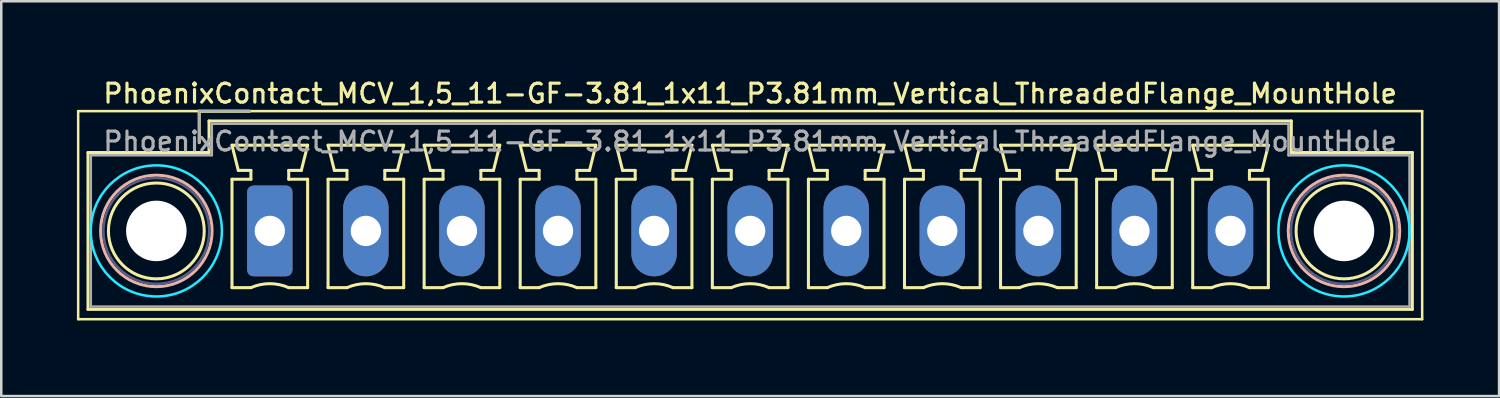
<source format=kicad_pcb>
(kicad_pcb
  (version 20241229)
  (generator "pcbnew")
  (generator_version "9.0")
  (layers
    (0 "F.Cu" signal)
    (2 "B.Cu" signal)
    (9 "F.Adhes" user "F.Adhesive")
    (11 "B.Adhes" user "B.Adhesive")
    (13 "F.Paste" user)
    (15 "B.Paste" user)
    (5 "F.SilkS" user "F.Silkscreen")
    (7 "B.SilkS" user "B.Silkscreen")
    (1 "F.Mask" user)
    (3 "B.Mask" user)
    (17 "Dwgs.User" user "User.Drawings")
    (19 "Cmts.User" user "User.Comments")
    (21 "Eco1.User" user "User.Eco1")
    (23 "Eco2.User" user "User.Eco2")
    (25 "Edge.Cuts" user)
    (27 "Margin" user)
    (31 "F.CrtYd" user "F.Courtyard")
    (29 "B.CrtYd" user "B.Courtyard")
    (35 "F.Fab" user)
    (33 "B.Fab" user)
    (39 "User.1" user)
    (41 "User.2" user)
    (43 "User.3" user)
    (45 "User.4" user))
  (footprint "PhoenixContact_MCV_1,5_11-GF-3.81_1x11_P3.81mm_Vertical_ThreadedFlange_MountHole"
    (layer "F.Cu")
    (at 7.65 6.108)
    (property "Reference" "PhoenixContact_MCV_1,5_11-GF-3.81_1x11_P3.81mm_Vertical_ThreadedFlange_MountHole" (at 19.05 -5.45 0) (layer "F.SilkS") (effects (font (size 0.75 0.75) (thickness 0.125))))
    (attr through_hole)
    (fp_line (start -7.6 -4.75) (end -7.6 3.5) (stroke (width 0.1) (type solid)) (layer "F.SilkS"))
    (fp_line (start -7.6 3.5) (end 45.7 3.5) (stroke (width 0.1) (type solid)) (layer "F.SilkS"))
    (fp_line (start -7.21 -3.11) (end -7.21 3.11) (stroke (width 0.12) (type solid)) (layer "F.SilkS"))
    (fp_line (start -7.21 3.11) (end 45.31 3.11) (stroke (width 0.12) (type solid)) (layer "F.SilkS"))
    (fp_line (start -2.8 -4.75) (end -0.8 -4.75) (stroke (width 0.12) (type solid)) (layer "F.SilkS"))
    (fp_line (start -2.8 -3.5) (end -2.8 -4.75) (stroke (width 0.12) (type solid)) (layer "F.SilkS"))
    (fp_line (start -2.41 -4.36) (end -2.41 -3.11) (stroke (width 0.12) (type solid)) (layer "F.SilkS"))
    (fp_line (start -2.41 -3.11) (end -7.21 -3.11) (stroke (width 0.12) (type solid)) (layer "F.SilkS"))
    (fp_line (start -1.5 -3.4) (end 1.5 -3.4) (stroke (width 0.12) (type solid)) (layer "F.SilkS"))
    (fp_line (start -1.5 -2.05) (end -0.75 -2.05) (stroke (width 0.12) (type solid)) (layer "F.SilkS"))
    (fp_line (start -1.5 2.25) (end -1.5 -2.05) (stroke (width 0.12) (type solid)) (layer "F.SilkS"))
    (fp_line (start -1.25 -2.4) (end -1.5 -3.4) (stroke (width 0.12) (type solid)) (layer "F.SilkS"))
    (fp_line (start -0.75 -2.4) (end -1.25 -2.4) (stroke (width 0.12) (type solid)) (layer "F.SilkS"))
    (fp_line (start -0.75 -2.05) (end -0.75 -2.4) (stroke (width 0.12) (type solid)) (layer "F.SilkS"))
    (fp_line (start -0.75 2.25) (end -1.5 2.25) (stroke (width 0.12) (type solid)) (layer "F.SilkS"))
    (fp_line (start 0.75 -2.4) (end 0.75 -2.05) (stroke (width 0.12) (type solid)) (layer "F.SilkS"))
    (fp_line (start 0.75 -2.05) (end 1.5 -2.05) (stroke (width 0.12) (type solid)) (layer "F.SilkS"))
    (fp_line (start 1.25 -2.4) (end 0.75 -2.4) (stroke (width 0.12) (type solid)) (layer "F.SilkS"))
    (fp_line (start 1.5 -3.4) (end 1.25 -2.4) (stroke (width 0.12) (type solid)) (layer "F.SilkS"))
    (fp_line (start 1.5 -2.05) (end 1.5 2.25) (stroke (width 0.12) (type solid)) (layer "F.SilkS"))
    (fp_line (start 1.5 2.25) (end 0.75 2.25) (stroke (width 0.12) (type solid)) (layer "F.SilkS"))
    (fp_line (start 2.31 -3.4) (end 5.31 -3.4) (stroke (width 0.12) (type solid)) (layer "F.SilkS"))
    (fp_line (start 2.31 -2.05) (end 3.06 -2.05) (stroke (width 0.12) (type solid)) (layer "F.SilkS"))
    (fp_line (start 2.31 2.25) (end 2.31 -2.05) (stroke (width 0.12) (type solid)) (layer "F.SilkS"))
    (fp_line (start 2.56 -2.4) (end 2.31 -3.4) (stroke (width 0.12) (type solid)) (layer "F.SilkS"))
    (fp_line (start 3.06 -2.4) (end 2.56 -2.4) (stroke (width 0.12) (type solid)) (layer "F.SilkS"))
    (fp_line (start 3.06 -2.05) (end 3.06 -2.4) (stroke (width 0.12) (type solid)) (layer "F.SilkS"))
    (fp_line (start 3.06 2.25) (end 2.31 2.25) (stroke (width 0.12) (type solid)) (layer "F.SilkS"))
    (fp_line (start 4.56 -2.4) (end 4.56 -2.05) (stroke (width 0.12) (type solid)) (layer "F.SilkS"))
    (fp_line (start 4.56 -2.05) (end 5.31 -2.05) (stroke (width 0.12) (type solid)) (layer "F.SilkS"))
    (fp_line (start 5.06 -2.4) (end 4.56 -2.4) (stroke (width 0.12) (type solid)) (layer "F.SilkS"))
    (fp_line (start 5.31 -3.4) (end 5.06 -2.4) (stroke (width 0.12) (type solid)) (layer "F.SilkS"))
    (fp_line (start 5.31 -2.05) (end 5.31 2.25) (stroke (width 0.12) (type solid)) (layer "F.SilkS"))
    (fp_line (start 5.31 2.25) (end 4.56 2.25) (stroke (width 0.12) (type solid)) (layer "F.SilkS"))
    (fp_line (start 6.12 -3.4) (end 9.12 -3.4) (stroke (width 0.12) (type solid)) (layer "F.SilkS"))
    (fp_line (start 6.12 -2.05) (end 6.87 -2.05) (stroke (width 0.12) (type solid)) (layer "F.SilkS"))
    (fp_line (start 6.12 2.25) (end 6.12 -2.05) (stroke (width 0.12) (type solid)) (layer "F.SilkS"))
    (fp_line (start 6.37 -2.4) (end 6.12 -3.4) (stroke (width 0.12) (type solid)) (layer "F.SilkS"))
    (fp_line (start 6.87 -2.4) (end 6.37 -2.4) (stroke (width 0.12) (type solid)) (layer "F.SilkS"))
    (fp_line (start 6.87 -2.05) (end 6.87 -2.4) (stroke (width 0.12) (type solid)) (layer "F.SilkS"))
    (fp_line (start 6.87 2.25) (end 6.12 2.25) (stroke (width 0.12) (type solid)) (layer "F.SilkS"))
    (fp_line (start 8.37 -2.4) (end 8.37 -2.05) (stroke (width 0.12) (type solid)) (layer "F.SilkS"))
    (fp_line (start 8.37 -2.05) (end 9.12 -2.05) (stroke (width 0.12) (type solid)) (layer "F.SilkS"))
    (fp_line (start 8.87 -2.4) (end 8.37 -2.4) (stroke (width 0.12) (type solid)) (layer "F.SilkS"))
    (fp_line (start 9.12 -3.4) (end 8.87 -2.4) (stroke (width 0.12) (type solid)) (layer "F.SilkS"))
    (fp_line (start 9.12 -2.05) (end 9.12 2.25) (stroke (width 0.12) (type solid)) (layer "F.SilkS"))
    (fp_line (start 9.12 2.25) (end 8.37 2.25) (stroke (width 0.12) (type solid)) (layer "F.SilkS"))
    (fp_line (start 9.93 -3.4) (end 12.93 -3.4) (stroke (width 0.12) (type solid)) (layer "F.SilkS"))
    (fp_line (start 9.93 -2.05) (end 10.68 -2.05) (stroke (width 0.12) (type solid)) (layer "F.SilkS"))
    (fp_line (start 9.93 2.25) (end 9.93 -2.05) (stroke (width 0.12) (type solid)) (layer "F.SilkS"))
    (fp_line (start 10.18 -2.4) (end 9.93 -3.4) (stroke (width 0.12) (type solid)) (layer "F.SilkS"))
    (fp_line (start 10.68 -2.4) (end 10.18 -2.4) (stroke (width 0.12) (type solid)) (layer "F.SilkS"))
    (fp_line (start 10.68 -2.05) (end 10.68 -2.4) (stroke (width 0.12) (type solid)) (layer "F.SilkS"))
    (fp_line (start 10.68 2.25) (end 9.93 2.25) (stroke (width 0.12) (type solid)) (layer "F.SilkS"))
    (fp_line (start 12.18 -2.4) (end 12.18 -2.05) (stroke (width 0.12) (type solid)) (layer "F.SilkS"))
    (fp_line (start 12.18 -2.05) (end 12.93 -2.05) (stroke (width 0.12) (type solid)) (layer "F.SilkS"))
    (fp_line (start 12.68 -2.4) (end 12.18 -2.4) (stroke (width 0.12) (type solid)) (layer "F.SilkS"))
    (fp_line (start 12.93 -3.4) (end 12.68 -2.4) (stroke (width 0.12) (type solid)) (layer "F.SilkS"))
    (fp_line (start 12.93 -2.05) (end 12.93 2.25) (stroke (width 0.12) (type solid)) (layer "F.SilkS"))
    (fp_line (start 12.93 2.25) (end 12.18 2.25) (stroke (width 0.12) (type solid)) (layer "F.SilkS"))
    (fp_line (start 13.74 -3.4) (end 16.74 -3.4) (stroke (width 0.12) (type solid)) (layer "F.SilkS"))
    (fp_line (start 13.74 -2.05) (end 14.49 -2.05) (stroke (width 0.12) (type solid)) (layer "F.SilkS"))
    (fp_line (start 13.74 2.25) (end 13.74 -2.05) (stroke (width 0.12) (type solid)) (layer "F.SilkS"))
    (fp_line (start 13.99 -2.4) (end 13.74 -3.4) (stroke (width 0.12) (type solid)) (layer "F.SilkS"))
    (fp_line (start 14.49 -2.4) (end 13.99 -2.4) (stroke (width 0.12) (type solid)) (layer "F.SilkS"))
    (fp_line (start 14.49 -2.05) (end 14.49 -2.4) (stroke (width 0.12) (type solid)) (layer "F.SilkS"))
    (fp_line (start 14.49 2.25) (end 13.74 2.25) (stroke (width 0.12) (type solid)) (layer "F.SilkS"))
    (fp_line (start 15.99 -2.4) (end 15.99 -2.05) (stroke (width 0.12) (type solid)) (layer "F.SilkS"))
    (fp_line (start 15.99 -2.05) (end 16.74 -2.05) (stroke (width 0.12) (type solid)) (layer "F.SilkS"))
    (fp_line (start 16.49 -2.4) (end 15.99 -2.4) (stroke (width 0.12) (type solid)) (layer "F.SilkS"))
    (fp_line (start 16.74 -3.4) (end 16.49 -2.4) (stroke (width 0.12) (type solid)) (layer "F.SilkS"))
    (fp_line (start 16.74 -2.05) (end 16.74 2.25) (stroke (width 0.12) (type solid)) (layer "F.SilkS"))
    (fp_line (start 16.74 2.25) (end 15.99 2.25) (stroke (width 0.12) (type solid)) (layer "F.SilkS"))
    (fp_line (start 17.55 -3.4) (end 20.55 -3.4) (stroke (width 0.12) (type solid)) (layer "F.SilkS"))
    (fp_line (start 17.55 -2.05) (end 18.3 -2.05) (stroke (width 0.12) (type solid)) (layer "F.SilkS"))
    (fp_line (start 17.55 2.25) (end 17.55 -2.05) (stroke (width 0.12) (type solid)) (layer "F.SilkS"))
    (fp_line (start 17.8 -2.4) (end 17.55 -3.4) (stroke (width 0.12) (type solid)) (layer "F.SilkS"))
    (fp_line (start 18.3 -2.4) (end 17.8 -2.4) (stroke (width 0.12) (type solid)) (layer "F.SilkS"))
    (fp_line (start 18.3 -2.05) (end 18.3 -2.4) (stroke (width 0.12) (type solid)) (layer "F.SilkS"))
    (fp_line (start 18.3 2.25) (end 17.55 2.25) (stroke (width 0.12) (type solid)) (layer "F.SilkS"))
    (fp_line (start 19.8 -2.4) (end 19.8 -2.05) (stroke (width 0.12) (type solid)) (layer "F.SilkS"))
    (fp_line (start 19.8 -2.05) (end 20.55 -2.05) (stroke (width 0.12) (type solid)) (layer "F.SilkS"))
    (fp_line (start 20.3 -2.4) (end 19.8 -2.4) (stroke (width 0.12) (type solid)) (layer "F.SilkS"))
    (fp_line (start 20.55 -3.4) (end 20.3 -2.4) (stroke (width 0.12) (type solid)) (layer "F.SilkS"))
    (fp_line (start 20.55 -2.05) (end 20.55 2.25) (stroke (width 0.12) (type solid)) (layer "F.SilkS"))
    (fp_line (start 20.55 2.25) (end 19.8 2.25) (stroke (width 0.12) (type solid)) (layer "F.SilkS"))
    (fp_line (start 21.36 -3.4) (end 24.36 -3.4) (stroke (width 0.12) (type solid)) (layer "F.SilkS"))
    (fp_line (start 21.36 -2.05) (end 22.11 -2.05) (stroke (width 0.12) (type solid)) (layer "F.SilkS"))
    (fp_line (start 21.36 2.25) (end 21.36 -2.05) (stroke (width 0.12) (type solid)) (layer "F.SilkS"))
    (fp_line (start 21.61 -2.4) (end 21.36 -3.4) (stroke (width 0.12) (type solid)) (layer "F.SilkS"))
    (fp_line (start 22.11 -2.4) (end 21.61 -2.4) (stroke (width 0.12) (type solid)) (layer "F.SilkS"))
    (fp_line (start 22.11 -2.05) (end 22.11 -2.4) (stroke (width 0.12) (type solid)) (layer "F.SilkS"))
    (fp_line (start 22.11 2.25) (end 21.36 2.25) (stroke (width 0.12) (type solid)) (layer "F.SilkS"))
    (fp_line (start 23.61 -2.4) (end 23.61 -2.05) (stroke (width 0.12) (type solid)) (layer "F.SilkS"))
    (fp_line (start 23.61 -2.05) (end 24.36 -2.05) (stroke (width 0.12) (type solid)) (layer "F.SilkS"))
    (fp_line (start 24.11 -2.4) (end 23.61 -2.4) (stroke (width 0.12) (type solid)) (layer "F.SilkS"))
    (fp_line (start 24.36 -3.4) (end 24.11 -2.4) (stroke (width 0.12) (type solid)) (layer "F.SilkS"))
    (fp_line (start 24.36 -2.05) (end 24.36 2.25) (stroke (width 0.12) (type solid)) (layer "F.SilkS"))
    (fp_line (start 24.36 2.25) (end 23.61 2.25) (stroke (width 0.12) (type solid)) (layer "F.SilkS"))
    (fp_line (start 25.17 -3.4) (end 28.17 -3.4) (stroke (width 0.12) (type solid)) (layer "F.SilkS"))
    (fp_line (start 25.17 -2.05) (end 25.92 -2.05) (stroke (width 0.12) (type solid)) (layer "F.SilkS"))
    (fp_line (start 25.17 2.25) (end 25.17 -2.05) (stroke (width 0.12) (type solid)) (layer "F.SilkS"))
    (fp_line (start 25.42 -2.4) (end 25.17 -3.4) (stroke (width 0.12) (type solid)) (layer "F.SilkS"))
    (fp_line (start 25.92 -2.4) (end 25.42 -2.4) (stroke (width 0.12) (type solid)) (layer "F.SilkS"))
    (fp_line (start 25.92 -2.05) (end 25.92 -2.4) (stroke (width 0.12) (type solid)) (layer "F.SilkS"))
    (fp_line (start 25.92 2.25) (end 25.17 2.25) (stroke (width 0.12) (type solid)) (layer "F.SilkS"))
    (fp_line (start 27.42 -2.4) (end 27.42 -2.05) (stroke (width 0.12) (type solid)) (layer "F.SilkS"))
    (fp_line (start 27.42 -2.05) (end 28.17 -2.05) (stroke (width 0.12) (type solid)) (layer "F.SilkS"))
    (fp_line (start 27.92 -2.4) (end 27.42 -2.4) (stroke (width 0.12) (type solid)) (layer "F.SilkS"))
    (fp_line (start 28.17 -3.4) (end 27.92 -2.4) (stroke (width 0.12) (type solid)) (layer "F.SilkS"))
    (fp_line (start 28.17 -2.05) (end 28.17 2.25) (stroke (width 0.12) (type solid)) (layer "F.SilkS"))
    (fp_line (start 28.17 2.25) (end 27.42 2.25) (stroke (width 0.12) (type solid)) (layer "F.SilkS"))
    (fp_line (start 28.98 -3.4) (end 31.98 -3.4) (stroke (width 0.12) (type solid)) (layer "F.SilkS"))
    (fp_line (start 28.98 -2.05) (end 29.73 -2.05) (stroke (width 0.12) (type solid)) (layer "F.SilkS"))
    (fp_line (start 28.98 2.25) (end 28.98 -2.05) (stroke (width 0.12) (type solid)) (layer "F.SilkS"))
    (fp_line (start 29.23 -2.4) (end 28.98 -3.4) (stroke (width 0.12) (type solid)) (layer "F.SilkS"))
    (fp_line (start 29.73 -2.4) (end 29.23 -2.4) (stroke (width 0.12) (type solid)) (layer "F.SilkS"))
    (fp_line (start 29.73 -2.05) (end 29.73 -2.4) (stroke (width 0.12) (type solid)) (layer "F.SilkS"))
    (fp_line (start 29.73 2.25) (end 28.98 2.25) (stroke (width 0.12) (type solid)) (layer "F.SilkS"))
    (fp_line (start 31.23 -2.4) (end 31.23 -2.05) (stroke (width 0.12) (type solid)) (layer "F.SilkS"))
    (fp_line (start 31.23 -2.05) (end 31.98 -2.05) (stroke (width 0.12) (type solid)) (layer "F.SilkS"))
    (fp_line (start 31.73 -2.4) (end 31.23 -2.4) (stroke (width 0.12) (type solid)) (layer "F.SilkS"))
    (fp_line (start 31.98 -3.4) (end 31.73 -2.4) (stroke (width 0.12) (type solid)) (layer "F.SilkS"))
    (fp_line (start 31.98 -2.05) (end 31.98 2.25) (stroke (width 0.12) (type solid)) (layer "F.SilkS"))
    (fp_line (start 31.98 2.25) (end 31.23 2.25) (stroke (width 0.12) (type solid)) (layer "F.SilkS"))
    (fp_line (start 32.79 -3.4) (end 35.79 -3.4) (stroke (width 0.12) (type solid)) (layer "F.SilkS"))
    (fp_line (start 32.79 -2.05) (end 33.54 -2.05) (stroke (width 0.12) (type solid)) (layer "F.SilkS"))
    (fp_line (start 32.79 2.25) (end 32.79 -2.05) (stroke (width 0.12) (type solid)) (layer "F.SilkS"))
    (fp_line (start 33.04 -2.4) (end 32.79 -3.4) (stroke (width 0.12) (type solid)) (layer "F.SilkS"))
    (fp_line (start 33.54 -2.4) (end 33.04 -2.4) (stroke (width 0.12) (type solid)) (layer "F.SilkS"))
    (fp_line (start 33.54 -2.05) (end 33.54 -2.4) (stroke (width 0.12) (type solid)) (layer "F.SilkS"))
    (fp_line (start 33.54 2.25) (end 32.79 2.25) (stroke (width 0.12) (type solid)) (layer "F.SilkS"))
    (fp_line (start 35.04 -2.4) (end 35.04 -2.05) (stroke (width 0.12) (type solid)) (layer "F.SilkS"))
    (fp_line (start 35.04 -2.05) (end 35.79 -2.05) (stroke (width 0.12) (type solid)) (layer "F.SilkS"))
    (fp_line (start 35.54 -2.4) (end 35.04 -2.4) (stroke (width 0.12) (type solid)) (layer "F.SilkS"))
    (fp_line (start 35.79 -3.4) (end 35.54 -2.4) (stroke (width 0.12) (type solid)) (layer "F.SilkS"))
    (fp_line (start 35.79 -2.05) (end 35.79 2.25) (stroke (width 0.12) (type solid)) (layer "F.SilkS"))
    (fp_line (start 35.79 2.25) (end 35.04 2.25) (stroke (width 0.12) (type solid)) (layer "F.SilkS"))
    (fp_line (start 36.6 -3.4) (end 39.6 -3.4) (stroke (width 0.12) (type solid)) (layer "F.SilkS"))
    (fp_line (start 36.6 -2.05) (end 37.35 -2.05) (stroke (width 0.12) (type solid)) (layer "F.SilkS"))
    (fp_line (start 36.6 2.25) (end 36.6 -2.05) (stroke (width 0.12) (type solid)) (layer "F.SilkS"))
    (fp_line (start 36.85 -2.4) (end 36.6 -3.4) (stroke (width 0.12) (type solid)) (layer "F.SilkS"))
    (fp_line (start 37.35 -2.4) (end 36.85 -2.4) (stroke (width 0.12) (type solid)) (layer "F.SilkS"))
    (fp_line (start 37.35 -2.05) (end 37.35 -2.4) (stroke (width 0.12) (type solid)) (layer "F.SilkS"))
    (fp_line (start 37.35 2.25) (end 36.6 2.25) (stroke (width 0.12) (type solid)) (layer "F.SilkS"))
    (fp_line (start 38.85 -2.4) (end 38.85 -2.05) (stroke (width 0.12) (type solid)) (layer "F.SilkS"))
    (fp_line (start 38.85 -2.05) (end 39.6 -2.05) (stroke (width 0.12) (type solid)) (layer "F.SilkS"))
    (fp_line (start 39.35 -2.4) (end 38.85 -2.4) (stroke (width 0.12) (type solid)) (layer "F.SilkS"))
    (fp_line (start 39.6 -3.4) (end 39.35 -2.4) (stroke (width 0.12) (type solid)) (layer "F.SilkS"))
    (fp_line (start 39.6 -2.05) (end 39.6 2.25) (stroke (width 0.12) (type solid)) (layer "F.SilkS"))
    (fp_line (start 39.6 2.25) (end 38.85 2.25) (stroke (width 0.12) (type solid)) (layer "F.SilkS"))
    (fp_line (start 40.51 -4.36) (end -2.41 -4.36) (stroke (width 0.12) (type solid)) (layer "F.SilkS"))
    (fp_line (start 40.51 -3.11) (end 40.51 -4.36) (stroke (width 0.12) (type solid)) (layer "F.SilkS"))
    (fp_line (start 45.31 -3.11) (end 40.51 -3.11) (stroke (width 0.12) (type solid)) (layer "F.SilkS"))
    (fp_line (start 45.31 3.11) (end 45.31 -3.11) (stroke (width 0.12) (type solid)) (layer "F.SilkS"))
    (fp_line (start 45.7 -4.75) (end -7.6 -4.75) (stroke (width 0.1) (type solid)) (layer "F.SilkS"))
    (fp_line (start 45.7 3.5) (end 45.7 -4.75) (stroke (width 0.1) (type solid)) (layer "F.SilkS"))
    (fp_arc (start -0.75 2.25) (mid -0.000193 2.09191) (end 0.749647 2.249844) (stroke (width 0.12) (type solid)) (layer "F.SilkS"))
    (fp_arc (start 3.06 2.25) (mid 3.809807 2.09191) (end 4.559647 2.249844) (stroke (width 0.12) (type solid)) (layer "F.SilkS"))
    (fp_arc (start 6.87 2.25) (mid 7.619807 2.09191) (end 8.369647 2.249844) (stroke (width 0.12) (type solid)) (layer "F.SilkS"))
    (fp_arc (start 10.68 2.25) (mid 11.429807 2.09191) (end 12.179647 2.249844) (stroke (width 0.12) (type solid)) (layer "F.SilkS"))
    (fp_arc (start 14.49 2.25) (mid 15.239807 2.09191) (end 15.989647 2.249844) (stroke (width 0.12) (type solid)) (layer "F.SilkS"))
    (fp_arc (start 18.3 2.25) (mid 19.049807 2.09191) (end 19.799647 2.249844) (stroke (width 0.12) (type solid)) (layer "F.SilkS"))
    (fp_arc (start 22.11 2.25) (mid 22.859807 2.09191) (end 23.609647 2.249844) (stroke (width 0.12) (type solid)) (layer "F.SilkS"))
    (fp_arc (start 25.92 2.25) (mid 26.669807 2.09191) (end 27.419647 2.249844) (stroke (width 0.12) (type solid)) (layer "F.SilkS"))
    (fp_arc (start 29.73 2.25) (mid 30.479807 2.09191) (end 31.229647 2.249844) (stroke (width 0.12) (type solid)) (layer "F.SilkS"))
    (fp_arc (start 33.54 2.25) (mid 34.289807 2.09191) (end 35.039647 2.249844) (stroke (width 0.12) (type solid)) (layer "F.SilkS"))
    (fp_arc (start 37.35 2.25) (mid 38.099807 2.09191) (end 38.849647 2.249844) (stroke (width 0.12) (type solid)) (layer "F.SilkS"))
    (fp_circle (center -4.5 0) (end -2.6 0) (stroke (width 0.12) (type solid)) (fill no) (layer "F.SilkS"))
    (fp_circle (center 42.6 0) (end 44.5 0) (stroke (width 0.12) (type solid)) (fill no) (layer "F.SilkS"))
    (fp_circle (center -4.5 0) (end -2.29 0) (stroke (width 0.12) (type solid)) (fill no) (layer "B.SilkS"))
    (fp_circle (center 42.6 0) (end 44.81 0) (stroke (width 0.12) (type solid)) (fill no) (layer "B.SilkS"))
    (fp_circle (center -4.5 0) (end -1.9 0) (stroke (width 0.1) (type solid)) (fill no) (layer "B.CrtYd"))
    (fp_circle (center 42.6 0) (end 45.2 0) (stroke (width 0.1) (type solid)) (fill no) (layer "B.CrtYd"))
    (fp_circle (center -4.5 0) (end -2.4 0) (stroke (width 0.1) (type solid)) (fill no) (layer "B.Fab"))
    (fp_circle (center 42.6 0) (end 44.7 0) (stroke (width 0.1) (type solid)) (fill no) (layer "B.Fab"))
    (fp_line (start -7.1 -3) (end -7.1 3) (stroke (width 0.1) (type solid)) (layer "F.Fab"))
    (fp_line (start -7.1 3) (end 45.2 3) (stroke (width 0.1) (type solid)) (layer "F.Fab"))
    (fp_line (start -2.8 -4.75) (end -0.8 -4.75) (stroke (width 0.1) (type solid)) (layer "F.Fab"))
    (fp_line (start -2.8 -3.5) (end -2.8 -4.75) (stroke (width 0.1) (type solid)) (layer "F.Fab"))
    (fp_line (start -2.3 -4.25) (end -2.3 -3) (stroke (width 0.1) (type solid)) (layer "F.Fab"))
    (fp_line (start -2.3 -3) (end -7.1 -3) (stroke (width 0.1) (type solid)) (layer "F.Fab"))
    (fp_line (start 40.4 -4.25) (end -2.3 -4.25) (stroke (width 0.1) (type solid)) (layer "F.Fab"))
    (fp_line (start 40.4 -3) (end 40.4 -4.25) (stroke (width 0.1) (type solid)) (layer "F.Fab"))
    (fp_line (start 45.2 -3) (end 40.4 -3) (stroke (width 0.1) (type solid)) (layer "F.Fab"))
    (fp_line (start 45.2 3) (end 45.2 -3) (stroke (width 0.1) (type solid)) (layer "F.Fab"))
    (fp_text user "${REFERENCE}" (at 19.05 -3.55 0) (layer "F.Fab") (effects (font (size 0.75 0.75) (thickness 0.125))))
    (pad "" np_thru_hole circle (at -4.5 0) (size 2.4 2.4) (drill 2.4) (layers "*.Cu" "*.Mask"))
    (pad "" np_thru_hole circle (at 42.6 0) (size 2.4 2.4) (drill 2.4) (layers "*.Cu" "*.Mask"))
    (pad "1" thru_hole roundrect (at 0 0) (size 1.8 3.6) (drill 1.2) (layers "*.Cu" "*.Mask") (roundrect_rratio 0.139))
    (pad "2" thru_hole oval (at 3.81 0) (size 1.8 3.6) (drill 1.2) (layers "*.Cu" "*.Mask"))
    (pad "3" thru_hole oval (at 7.62 0) (size 1.8 3.6) (drill 1.2) (layers "*.Cu" "*.Mask"))
    (pad "4" thru_hole oval (at 11.43 0) (size 1.8 3.6) (drill 1.2) (layers "*.Cu" "*.Mask"))
    (pad "5" thru_hole oval (at 15.24 0) (size 1.8 3.6) (drill 1.2) (layers "*.Cu" "*.Mask"))
    (pad "6" thru_hole oval (at 19.05 0) (size 1.8 3.6) (drill 1.2) (layers "*.Cu" "*.Mask"))
    (pad "7" thru_hole oval (at 22.86 0) (size 1.8 3.6) (drill 1.2) (layers "*.Cu" "*.Mask"))
    (pad "8" thru_hole oval (at 26.67 0) (size 1.8 3.6) (drill 1.2) (layers "*.Cu" "*.Mask"))
    (pad "9" thru_hole oval (at 30.48 0) (size 1.8 3.6) (drill 1.2) (layers "*.Cu" "*.Mask"))
    (pad "10" thru_hole oval (at 34.29 0) (size 1.8 3.6) (drill 1.2) (layers "*.Cu" "*.Mask"))
    (pad "11" thru_hole oval (at 38.1 0) (size 1.8 3.6) (drill 1.2) (layers "*.Cu" "*.Mask")))
  (gr_rect
    (start -3 -3)
    (end 56.4 12.658)
    (stroke (width 0.1) (type default))
    (fill no)
    (layer "Edge.Cuts")))
</source>
